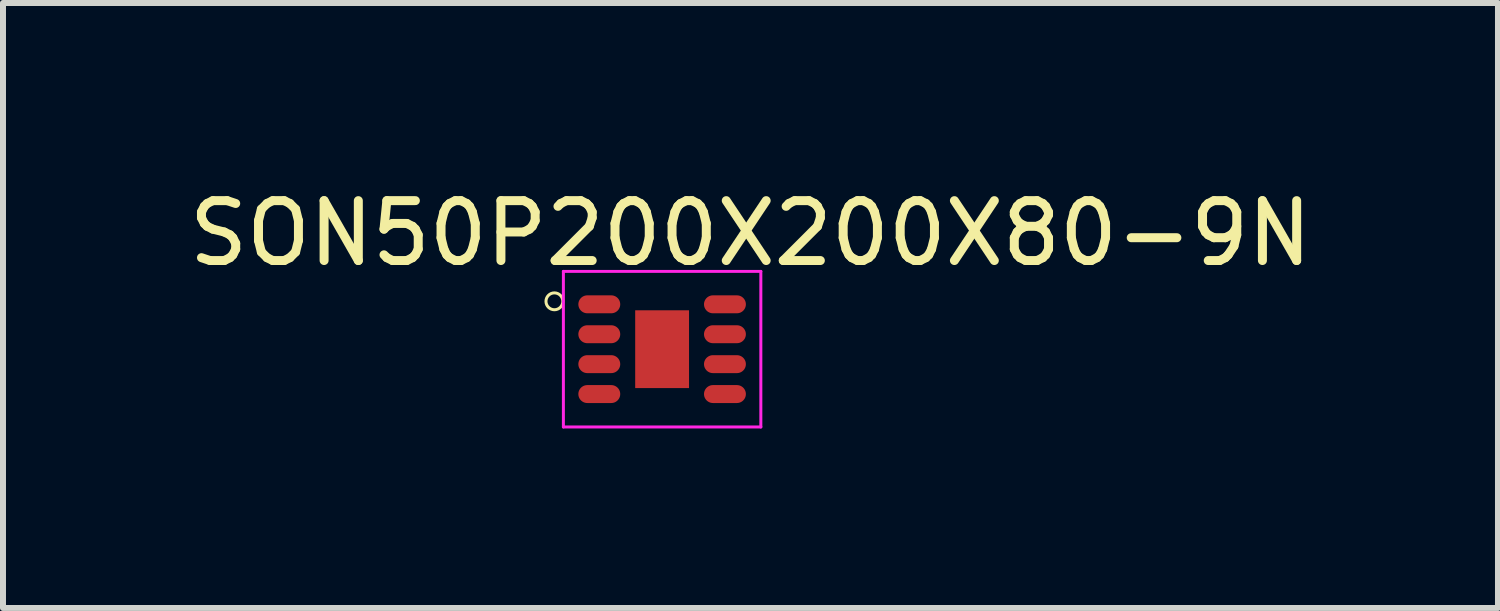
<source format=kicad_pcb>
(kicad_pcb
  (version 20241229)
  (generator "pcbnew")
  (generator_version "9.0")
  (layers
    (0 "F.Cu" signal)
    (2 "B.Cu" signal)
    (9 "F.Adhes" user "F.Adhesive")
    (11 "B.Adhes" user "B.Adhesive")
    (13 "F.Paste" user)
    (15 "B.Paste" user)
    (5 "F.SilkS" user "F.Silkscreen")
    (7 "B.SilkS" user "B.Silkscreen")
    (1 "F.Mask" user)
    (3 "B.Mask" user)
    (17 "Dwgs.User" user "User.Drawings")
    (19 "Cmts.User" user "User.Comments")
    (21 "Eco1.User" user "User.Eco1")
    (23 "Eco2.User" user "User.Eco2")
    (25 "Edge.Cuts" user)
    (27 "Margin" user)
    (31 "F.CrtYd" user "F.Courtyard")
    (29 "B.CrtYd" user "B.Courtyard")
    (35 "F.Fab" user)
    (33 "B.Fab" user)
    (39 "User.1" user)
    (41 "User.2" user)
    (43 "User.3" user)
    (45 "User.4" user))
  (footprint "SON50P200X200X80-9N"
    (layer "F.Cu")
    (at 8.016 2.786)
    (property "Reference" "SON50P200X200X80-9N" (at 1.477 -1.937 0) (layer "F.SilkS") (effects (font (size 1.001 1.001) (thickness 0.15))))
    (attr smd)
    (fp_circle (center -1.8 -0.8) (end -1.659 -0.8) (stroke (width 0.05) (type solid)) (fill no) (layer "F.SilkS"))
    (fp_poly (pts (xy -0.255 -0.455) (xy 0.255 -0.455) (xy 0.255 0.455) (xy -0.255 0.455)) (stroke (width 0.01) (type solid)) (fill yes) (layer "F.Paste"))
    (fp_line (start -1.65 -1.3) (end 1.65 -1.3) (stroke (width 0.05) (type solid)) (layer "F.CrtYd"))
    (fp_line (start -1.65 1.3) (end -1.65 -1.3) (stroke (width 0.05) (type solid)) (layer "F.CrtYd"))
    (fp_line (start 1.65 -1.3) (end 1.65 1.3) (stroke (width 0.05) (type solid)) (layer "F.CrtYd"))
    (fp_line (start 1.65 1.3) (end -1.65 1.3) (stroke (width 0.05) (type solid)) (layer "F.CrtYd"))
    (pad "1" smd oval (at -1.05 -0.75) (size 0.7 0.3) (layers "F.Cu" "F.Mask" "F.Paste"))
    (pad "2" smd oval (at -1.05 -0.25) (size 0.7 0.3) (layers "F.Cu" "F.Mask" "F.Paste"))
    (pad "3" smd oval (at -1.05 0.25) (size 0.7 0.3) (layers "F.Cu" "F.Mask" "F.Paste"))
    (pad "4" smd oval (at -1.05 0.75) (size 0.7 0.3) (layers "F.Cu" "F.Mask" "F.Paste"))
    (pad "5" smd oval (at 1.05 0.75 180) (size 0.7 0.3) (layers "F.Cu" "F.Mask" "F.Paste"))
    (pad "6" smd oval (at 1.05 0.25 180) (size 0.7 0.3) (layers "F.Cu" "F.Mask" "F.Paste"))
    (pad "7" smd oval (at 1.05 -0.25 180) (size 0.7 0.3) (layers "F.Cu" "F.Mask" "F.Paste"))
    (pad "8" smd oval (at 1.05 -0.75 180) (size 0.7 0.3) (layers "F.Cu" "F.Mask" "F.Paste"))
    (pad "9" smd rect (at 0 0) (size 0.9 1.3) (layers "F.Cu" "F.Mask")))
  (gr_rect
    (start -3 -3)
    (end 21.986 7.111)
    (stroke (width 0.1) (type default))
    (fill no)
    (layer "Edge.Cuts")))
</source>
